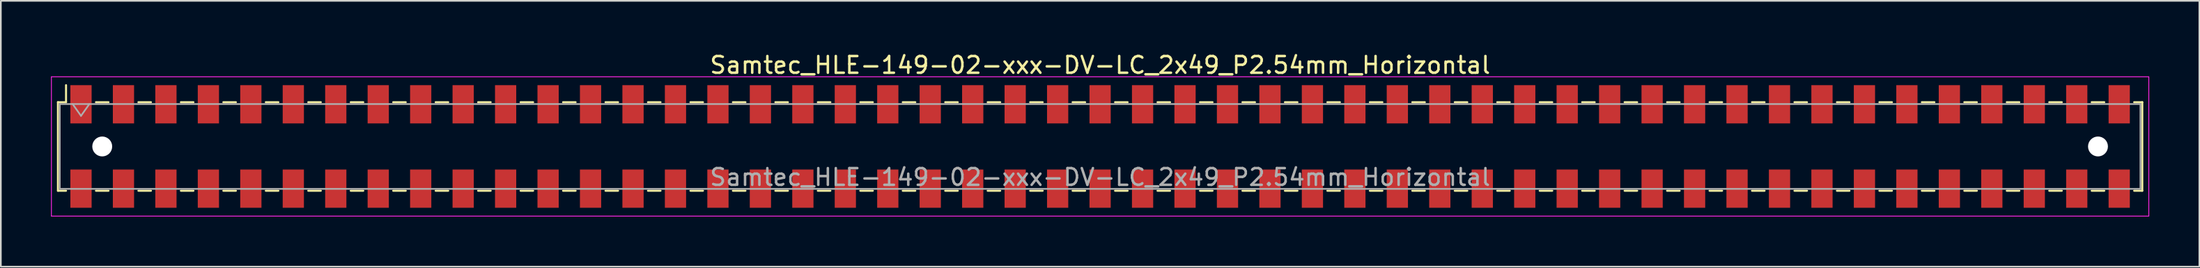
<source format=kicad_pcb>
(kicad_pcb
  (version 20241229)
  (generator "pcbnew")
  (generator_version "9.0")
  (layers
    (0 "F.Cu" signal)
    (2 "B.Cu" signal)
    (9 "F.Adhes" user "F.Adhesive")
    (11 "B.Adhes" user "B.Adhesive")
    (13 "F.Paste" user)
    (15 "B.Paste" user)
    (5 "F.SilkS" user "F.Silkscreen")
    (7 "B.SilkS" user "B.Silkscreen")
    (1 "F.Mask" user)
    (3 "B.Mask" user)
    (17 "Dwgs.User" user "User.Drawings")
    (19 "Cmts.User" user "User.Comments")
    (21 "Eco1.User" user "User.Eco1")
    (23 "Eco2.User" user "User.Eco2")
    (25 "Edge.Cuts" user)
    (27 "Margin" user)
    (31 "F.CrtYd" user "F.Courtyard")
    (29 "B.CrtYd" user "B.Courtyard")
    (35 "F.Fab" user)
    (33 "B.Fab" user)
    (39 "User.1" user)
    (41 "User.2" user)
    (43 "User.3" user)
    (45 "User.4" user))
  (footprint "Samtec_HLE-149-02-xxx-DV-LC_2x49_P2.54mm_Horizontal"
    (layer "F.Cu")
    (at 62.755 5.718)
    (property "Reference" "Samtec_HLE-149-02-xxx-DV-LC_2x49_P2.54mm_Horizontal" (at 0 -4.87 0) (layer "F.SilkS") (effects (font (size 1 1) (thickness 0.15))))
    (attr smd)
    (fp_line (start -62.34 -2.65) (end -62.34 2.65) (stroke (width 0.12) (type solid)) (layer "F.SilkS"))
    (fp_line (start -62.34 2.65) (end -61.855 2.65) (stroke (width 0.12) (type solid)) (layer "F.SilkS"))
    (fp_line (start -61.855 -3.67) (end -61.855 -2.65) (stroke (width 0.12) (type solid)) (layer "F.SilkS"))
    (fp_line (start -61.855 -2.65) (end -62.34 -2.65) (stroke (width 0.12) (type solid)) (layer "F.SilkS"))
    (fp_line (start -60.065 -2.65) (end -59.315 -2.65) (stroke (width 0.12) (type solid)) (layer "F.SilkS"))
    (fp_line (start -60.065 2.65) (end -59.315 2.65) (stroke (width 0.12) (type solid)) (layer "F.SilkS"))
    (fp_line (start -57.525 -2.65) (end -56.775 -2.65) (stroke (width 0.12) (type solid)) (layer "F.SilkS"))
    (fp_line (start -57.525 2.65) (end -56.775 2.65) (stroke (width 0.12) (type solid)) (layer "F.SilkS"))
    (fp_line (start -54.985 -2.65) (end -54.235 -2.65) (stroke (width 0.12) (type solid)) (layer "F.SilkS"))
    (fp_line (start -54.985 2.65) (end -54.235 2.65) (stroke (width 0.12) (type solid)) (layer "F.SilkS"))
    (fp_line (start -52.445 -2.65) (end -51.695 -2.65) (stroke (width 0.12) (type solid)) (layer "F.SilkS"))
    (fp_line (start -52.445 2.65) (end -51.695 2.65) (stroke (width 0.12) (type solid)) (layer "F.SilkS"))
    (fp_line (start -49.905 -2.65) (end -49.155 -2.65) (stroke (width 0.12) (type solid)) (layer "F.SilkS"))
    (fp_line (start -49.905 2.65) (end -49.155 2.65) (stroke (width 0.12) (type solid)) (layer "F.SilkS"))
    (fp_line (start -47.365 -2.65) (end -46.615 -2.65) (stroke (width 0.12) (type solid)) (layer "F.SilkS"))
    (fp_line (start -47.365 2.65) (end -46.615 2.65) (stroke (width 0.12) (type solid)) (layer "F.SilkS"))
    (fp_line (start -44.825 -2.65) (end -44.075 -2.65) (stroke (width 0.12) (type solid)) (layer "F.SilkS"))
    (fp_line (start -44.825 2.65) (end -44.075 2.65) (stroke (width 0.12) (type solid)) (layer "F.SilkS"))
    (fp_line (start -42.285 -2.65) (end -41.535 -2.65) (stroke (width 0.12) (type solid)) (layer "F.SilkS"))
    (fp_line (start -42.285 2.65) (end -41.535 2.65) (stroke (width 0.12) (type solid)) (layer "F.SilkS"))
    (fp_line (start -39.745 -2.65) (end -38.995 -2.65) (stroke (width 0.12) (type solid)) (layer "F.SilkS"))
    (fp_line (start -39.745 2.65) (end -38.995 2.65) (stroke (width 0.12) (type solid)) (layer "F.SilkS"))
    (fp_line (start -37.205 -2.65) (end -36.455 -2.65) (stroke (width 0.12) (type solid)) (layer "F.SilkS"))
    (fp_line (start -37.205 2.65) (end -36.455 2.65) (stroke (width 0.12) (type solid)) (layer "F.SilkS"))
    (fp_line (start -34.665 -2.65) (end -33.915 -2.65) (stroke (width 0.12) (type solid)) (layer "F.SilkS"))
    (fp_line (start -34.665 2.65) (end -33.915 2.65) (stroke (width 0.12) (type solid)) (layer "F.SilkS"))
    (fp_line (start -32.125 -2.65) (end -31.375 -2.65) (stroke (width 0.12) (type solid)) (layer "F.SilkS"))
    (fp_line (start -32.125 2.65) (end -31.375 2.65) (stroke (width 0.12) (type solid)) (layer "F.SilkS"))
    (fp_line (start -29.585 -2.65) (end -28.835 -2.65) (stroke (width 0.12) (type solid)) (layer "F.SilkS"))
    (fp_line (start -29.585 2.65) (end -28.835 2.65) (stroke (width 0.12) (type solid)) (layer "F.SilkS"))
    (fp_line (start -27.045 -2.65) (end -26.295 -2.65) (stroke (width 0.12) (type solid)) (layer "F.SilkS"))
    (fp_line (start -27.045 2.65) (end -26.295 2.65) (stroke (width 0.12) (type solid)) (layer "F.SilkS"))
    (fp_line (start -24.505 -2.65) (end -23.755 -2.65) (stroke (width 0.12) (type solid)) (layer "F.SilkS"))
    (fp_line (start -24.505 2.65) (end -23.755 2.65) (stroke (width 0.12) (type solid)) (layer "F.SilkS"))
    (fp_line (start -21.965 -2.65) (end -21.215 -2.65) (stroke (width 0.12) (type solid)) (layer "F.SilkS"))
    (fp_line (start -21.965 2.65) (end -21.215 2.65) (stroke (width 0.12) (type solid)) (layer "F.SilkS"))
    (fp_line (start -19.425 -2.65) (end -18.675 -2.65) (stroke (width 0.12) (type solid)) (layer "F.SilkS"))
    (fp_line (start -19.425 2.65) (end -18.675 2.65) (stroke (width 0.12) (type solid)) (layer "F.SilkS"))
    (fp_line (start -16.885 -2.65) (end -16.135 -2.65) (stroke (width 0.12) (type solid)) (layer "F.SilkS"))
    (fp_line (start -16.885 2.65) (end -16.135 2.65) (stroke (width 0.12) (type solid)) (layer "F.SilkS"))
    (fp_line (start -14.345 -2.65) (end -13.595 -2.65) (stroke (width 0.12) (type solid)) (layer "F.SilkS"))
    (fp_line (start -14.345 2.65) (end -13.595 2.65) (stroke (width 0.12) (type solid)) (layer "F.SilkS"))
    (fp_line (start -11.805 -2.65) (end -11.055 -2.65) (stroke (width 0.12) (type solid)) (layer "F.SilkS"))
    (fp_line (start -11.805 2.65) (end -11.055 2.65) (stroke (width 0.12) (type solid)) (layer "F.SilkS"))
    (fp_line (start -9.265 -2.65) (end -8.515 -2.65) (stroke (width 0.12) (type solid)) (layer "F.SilkS"))
    (fp_line (start -9.265 2.65) (end -8.515 2.65) (stroke (width 0.12) (type solid)) (layer "F.SilkS"))
    (fp_line (start -6.725 -2.65) (end -5.975 -2.65) (stroke (width 0.12) (type solid)) (layer "F.SilkS"))
    (fp_line (start -6.725 2.65) (end -5.975 2.65) (stroke (width 0.12) (type solid)) (layer "F.SilkS"))
    (fp_line (start -4.185 -2.65) (end -3.435 -2.65) (stroke (width 0.12) (type solid)) (layer "F.SilkS"))
    (fp_line (start -4.185 2.65) (end -3.435 2.65) (stroke (width 0.12) (type solid)) (layer "F.SilkS"))
    (fp_line (start -1.645 -2.65) (end -0.895 -2.65) (stroke (width 0.12) (type solid)) (layer "F.SilkS"))
    (fp_line (start -1.645 2.65) (end -0.895 2.65) (stroke (width 0.12) (type solid)) (layer "F.SilkS"))
    (fp_line (start 0.895 -2.65) (end 1.645 -2.65) (stroke (width 0.12) (type solid)) (layer "F.SilkS"))
    (fp_line (start 0.895 2.65) (end 1.645 2.65) (stroke (width 0.12) (type solid)) (layer "F.SilkS"))
    (fp_line (start 3.435 -2.65) (end 4.185 -2.65) (stroke (width 0.12) (type solid)) (layer "F.SilkS"))
    (fp_line (start 3.435 2.65) (end 4.185 2.65) (stroke (width 0.12) (type solid)) (layer "F.SilkS"))
    (fp_line (start 5.975 -2.65) (end 6.725 -2.65) (stroke (width 0.12) (type solid)) (layer "F.SilkS"))
    (fp_line (start 5.975 2.65) (end 6.725 2.65) (stroke (width 0.12) (type solid)) (layer "F.SilkS"))
    (fp_line (start 8.515 -2.65) (end 9.265 -2.65) (stroke (width 0.12) (type solid)) (layer "F.SilkS"))
    (fp_line (start 8.515 2.65) (end 9.265 2.65) (stroke (width 0.12) (type solid)) (layer "F.SilkS"))
    (fp_line (start 11.055 -2.65) (end 11.805 -2.65) (stroke (width 0.12) (type solid)) (layer "F.SilkS"))
    (fp_line (start 11.055 2.65) (end 11.805 2.65) (stroke (width 0.12) (type solid)) (layer "F.SilkS"))
    (fp_line (start 13.595 -2.65) (end 14.345 -2.65) (stroke (width 0.12) (type solid)) (layer "F.SilkS"))
    (fp_line (start 13.595 2.65) (end 14.345 2.65) (stroke (width 0.12) (type solid)) (layer "F.SilkS"))
    (fp_line (start 16.135 -2.65) (end 16.885 -2.65) (stroke (width 0.12) (type solid)) (layer "F.SilkS"))
    (fp_line (start 16.135 2.65) (end 16.885 2.65) (stroke (width 0.12) (type solid)) (layer "F.SilkS"))
    (fp_line (start 18.675 -2.65) (end 19.425 -2.65) (stroke (width 0.12) (type solid)) (layer "F.SilkS"))
    (fp_line (start 18.675 2.65) (end 19.425 2.65) (stroke (width 0.12) (type solid)) (layer "F.SilkS"))
    (fp_line (start 21.215 -2.65) (end 21.965 -2.65) (stroke (width 0.12) (type solid)) (layer "F.SilkS"))
    (fp_line (start 21.215 2.65) (end 21.965 2.65) (stroke (width 0.12) (type solid)) (layer "F.SilkS"))
    (fp_line (start 23.755 -2.65) (end 24.505 -2.65) (stroke (width 0.12) (type solid)) (layer "F.SilkS"))
    (fp_line (start 23.755 2.65) (end 24.505 2.65) (stroke (width 0.12) (type solid)) (layer "F.SilkS"))
    (fp_line (start 26.295 -2.65) (end 27.045 -2.65) (stroke (width 0.12) (type solid)) (layer "F.SilkS"))
    (fp_line (start 26.295 2.65) (end 27.045 2.65) (stroke (width 0.12) (type solid)) (layer "F.SilkS"))
    (fp_line (start 28.835 -2.65) (end 29.585 -2.65) (stroke (width 0.12) (type solid)) (layer "F.SilkS"))
    (fp_line (start 28.835 2.65) (end 29.585 2.65) (stroke (width 0.12) (type solid)) (layer "F.SilkS"))
    (fp_line (start 31.375 -2.65) (end 32.125 -2.65) (stroke (width 0.12) (type solid)) (layer "F.SilkS"))
    (fp_line (start 31.375 2.65) (end 32.125 2.65) (stroke (width 0.12) (type solid)) (layer "F.SilkS"))
    (fp_line (start 33.915 -2.65) (end 34.665 -2.65) (stroke (width 0.12) (type solid)) (layer "F.SilkS"))
    (fp_line (start 33.915 2.65) (end 34.665 2.65) (stroke (width 0.12) (type solid)) (layer "F.SilkS"))
    (fp_line (start 36.455 -2.65) (end 37.205 -2.65) (stroke (width 0.12) (type solid)) (layer "F.SilkS"))
    (fp_line (start 36.455 2.65) (end 37.205 2.65) (stroke (width 0.12) (type solid)) (layer "F.SilkS"))
    (fp_line (start 38.995 -2.65) (end 39.745 -2.65) (stroke (width 0.12) (type solid)) (layer "F.SilkS"))
    (fp_line (start 38.995 2.65) (end 39.745 2.65) (stroke (width 0.12) (type solid)) (layer "F.SilkS"))
    (fp_line (start 41.535 -2.65) (end 42.285 -2.65) (stroke (width 0.12) (type solid)) (layer "F.SilkS"))
    (fp_line (start 41.535 2.65) (end 42.285 2.65) (stroke (width 0.12) (type solid)) (layer "F.SilkS"))
    (fp_line (start 44.075 -2.65) (end 44.825 -2.65) (stroke (width 0.12) (type solid)) (layer "F.SilkS"))
    (fp_line (start 44.075 2.65) (end 44.825 2.65) (stroke (width 0.12) (type solid)) (layer "F.SilkS"))
    (fp_line (start 46.615 -2.65) (end 47.365 -2.65) (stroke (width 0.12) (type solid)) (layer "F.SilkS"))
    (fp_line (start 46.615 2.65) (end 47.365 2.65) (stroke (width 0.12) (type solid)) (layer "F.SilkS"))
    (fp_line (start 49.155 -2.65) (end 49.905 -2.65) (stroke (width 0.12) (type solid)) (layer "F.SilkS"))
    (fp_line (start 49.155 2.65) (end 49.905 2.65) (stroke (width 0.12) (type solid)) (layer "F.SilkS"))
    (fp_line (start 51.695 -2.65) (end 52.445 -2.65) (stroke (width 0.12) (type solid)) (layer "F.SilkS"))
    (fp_line (start 51.695 2.65) (end 52.445 2.65) (stroke (width 0.12) (type solid)) (layer "F.SilkS"))
    (fp_line (start 54.235 -2.65) (end 54.985 -2.65) (stroke (width 0.12) (type solid)) (layer "F.SilkS"))
    (fp_line (start 54.235 2.65) (end 54.985 2.65) (stroke (width 0.12) (type solid)) (layer "F.SilkS"))
    (fp_line (start 56.775 -2.65) (end 57.525 -2.65) (stroke (width 0.12) (type solid)) (layer "F.SilkS"))
    (fp_line (start 56.775 2.65) (end 57.525 2.65) (stroke (width 0.12) (type solid)) (layer "F.SilkS"))
    (fp_line (start 59.315 -2.65) (end 60.065 -2.65) (stroke (width 0.12) (type solid)) (layer "F.SilkS"))
    (fp_line (start 59.315 2.65) (end 60.065 2.65) (stroke (width 0.12) (type solid)) (layer "F.SilkS"))
    (fp_line (start 61.855 -2.65) (end 62.34 -2.65) (stroke (width 0.12) (type solid)) (layer "F.SilkS"))
    (fp_line (start 62.34 -2.65) (end 62.34 2.65) (stroke (width 0.12) (type solid)) (layer "F.SilkS"))
    (fp_line (start 62.34 2.65) (end 61.855 2.65) (stroke (width 0.12) (type solid)) (layer "F.SilkS"))
    (fp_line (start -62.73 -4.17) (end 62.73 -4.17) (stroke (width 0.05) (type solid)) (layer "F.CrtYd"))
    (fp_line (start -62.73 4.17) (end -62.73 -4.17) (stroke (width 0.05) (type solid)) (layer "F.CrtYd"))
    (fp_line (start 62.73 -4.17) (end 62.73 4.17) (stroke (width 0.05) (type solid)) (layer "F.CrtYd"))
    (fp_line (start 62.73 4.17) (end -62.73 4.17) (stroke (width 0.05) (type solid)) (layer "F.CrtYd"))
    (fp_line (start -62.23 -2.54) (end 62.23 -2.54) (stroke (width 0.1) (type solid)) (layer "F.Fab"))
    (fp_line (start -62.23 2.54) (end -62.23 -2.54) (stroke (width 0.1) (type solid)) (layer "F.Fab"))
    (fp_line (start -61.46 -2.54) (end -60.96 -1.833) (stroke (width 0.1) (type solid)) (layer "F.Fab"))
    (fp_line (start -60.96 -1.833) (end -60.46 -2.54) (stroke (width 0.1) (type solid)) (layer "F.Fab"))
    (fp_line (start 62.23 -2.54) (end 62.23 2.54) (stroke (width 0.1) (type solid)) (layer "F.Fab"))
    (fp_line (start 62.23 2.54) (end -62.23 2.54) (stroke (width 0.1) (type solid)) (layer "F.Fab"))
    (fp_text user "${REFERENCE}" (at 0 1.84 0) (layer "F.Fab") (effects (font (size 1 1) (thickness 0.15))))
    (pad "" np_thru_hole circle (at -59.69 0) (size 1.19 1.19) (drill 1.19) (layers "*.Cu" "*.Mask"))
    (pad "" np_thru_hole circle (at 59.69 0) (size 1.19 1.19) (drill 1.19) (layers "*.Cu" "*.Mask"))
    (pad "1" smd rect (at -60.96 -2.525) (size 1.27 2.29) (layers "F.Cu" "F.Mask" "F.Paste"))
    (pad "2" smd rect (at -60.96 2.525) (size 1.27 2.29) (layers "F.Cu" "F.Mask" "F.Paste"))
    (pad "3" smd rect (at -58.42 -2.525) (size 1.27 2.29) (layers "F.Cu" "F.Mask" "F.Paste"))
    (pad "4" smd rect (at -58.42 2.525) (size 1.27 2.29) (layers "F.Cu" "F.Mask" "F.Paste"))
    (pad "5" smd rect (at -55.88 -2.525) (size 1.27 2.29) (layers "F.Cu" "F.Mask" "F.Paste"))
    (pad "6" smd rect (at -55.88 2.525) (size 1.27 2.29) (layers "F.Cu" "F.Mask" "F.Paste"))
    (pad "7" smd rect (at -53.34 -2.525) (size 1.27 2.29) (layers "F.Cu" "F.Mask" "F.Paste"))
    (pad "8" smd rect (at -53.34 2.525) (size 1.27 2.29) (layers "F.Cu" "F.Mask" "F.Paste"))
    (pad "9" smd rect (at -50.8 -2.525) (size 1.27 2.29) (layers "F.Cu" "F.Mask" "F.Paste"))
    (pad "10" smd rect (at -50.8 2.525) (size 1.27 2.29) (layers "F.Cu" "F.Mask" "F.Paste"))
    (pad "11" smd rect (at -48.26 -2.525) (size 1.27 2.29) (layers "F.Cu" "F.Mask" "F.Paste"))
    (pad "12" smd rect (at -48.26 2.525) (size 1.27 2.29) (layers "F.Cu" "F.Mask" "F.Paste"))
    (pad "13" smd rect (at -45.72 -2.525) (size 1.27 2.29) (layers "F.Cu" "F.Mask" "F.Paste"))
    (pad "14" smd rect (at -45.72 2.525) (size 1.27 2.29) (layers "F.Cu" "F.Mask" "F.Paste"))
    (pad "15" smd rect (at -43.18 -2.525) (size 1.27 2.29) (layers "F.Cu" "F.Mask" "F.Paste"))
    (pad "16" smd rect (at -43.18 2.525) (size 1.27 2.29) (layers "F.Cu" "F.Mask" "F.Paste"))
    (pad "17" smd rect (at -40.64 -2.525) (size 1.27 2.29) (layers "F.Cu" "F.Mask" "F.Paste"))
    (pad "18" smd rect (at -40.64 2.525) (size 1.27 2.29) (layers "F.Cu" "F.Mask" "F.Paste"))
    (pad "19" smd rect (at -38.1 -2.525) (size 1.27 2.29) (layers "F.Cu" "F.Mask" "F.Paste"))
    (pad "20" smd rect (at -38.1 2.525) (size 1.27 2.29) (layers "F.Cu" "F.Mask" "F.Paste"))
    (pad "21" smd rect (at -35.56 -2.525) (size 1.27 2.29) (layers "F.Cu" "F.Mask" "F.Paste"))
    (pad "22" smd rect (at -35.56 2.525) (size 1.27 2.29) (layers "F.Cu" "F.Mask" "F.Paste"))
    (pad "23" smd rect (at -33.02 -2.525) (size 1.27 2.29) (layers "F.Cu" "F.Mask" "F.Paste"))
    (pad "24" smd rect (at -33.02 2.525) (size 1.27 2.29) (layers "F.Cu" "F.Mask" "F.Paste"))
    (pad "25" smd rect (at -30.48 -2.525) (size 1.27 2.29) (layers "F.Cu" "F.Mask" "F.Paste"))
    (pad "26" smd rect (at -30.48 2.525) (size 1.27 2.29) (layers "F.Cu" "F.Mask" "F.Paste"))
    (pad "27" smd rect (at -27.94 -2.525) (size 1.27 2.29) (layers "F.Cu" "F.Mask" "F.Paste"))
    (pad "28" smd rect (at -27.94 2.525) (size 1.27 2.29) (layers "F.Cu" "F.Mask" "F.Paste"))
    (pad "29" smd rect (at -25.4 -2.525) (size 1.27 2.29) (layers "F.Cu" "F.Mask" "F.Paste"))
    (pad "30" smd rect (at -25.4 2.525) (size 1.27 2.29) (layers "F.Cu" "F.Mask" "F.Paste"))
    (pad "31" smd rect (at -22.86 -2.525) (size 1.27 2.29) (layers "F.Cu" "F.Mask" "F.Paste"))
    (pad "32" smd rect (at -22.86 2.525) (size 1.27 2.29) (layers "F.Cu" "F.Mask" "F.Paste"))
    (pad "33" smd rect (at -20.32 -2.525) (size 1.27 2.29) (layers "F.Cu" "F.Mask" "F.Paste"))
    (pad "34" smd rect (at -20.32 2.525) (size 1.27 2.29) (layers "F.Cu" "F.Mask" "F.Paste"))
    (pad "35" smd rect (at -17.78 -2.525) (size 1.27 2.29) (layers "F.Cu" "F.Mask" "F.Paste"))
    (pad "36" smd rect (at -17.78 2.525) (size 1.27 2.29) (layers "F.Cu" "F.Mask" "F.Paste"))
    (pad "37" smd rect (at -15.24 -2.525) (size 1.27 2.29) (layers "F.Cu" "F.Mask" "F.Paste"))
    (pad "38" smd rect (at -15.24 2.525) (size 1.27 2.29) (layers "F.Cu" "F.Mask" "F.Paste"))
    (pad "39" smd rect (at -12.7 -2.525) (size 1.27 2.29) (layers "F.Cu" "F.Mask" "F.Paste"))
    (pad "40" smd rect (at -12.7 2.525) (size 1.27 2.29) (layers "F.Cu" "F.Mask" "F.Paste"))
    (pad "41" smd rect (at -10.16 -2.525) (size 1.27 2.29) (layers "F.Cu" "F.Mask" "F.Paste"))
    (pad "42" smd rect (at -10.16 2.525) (size 1.27 2.29) (layers "F.Cu" "F.Mask" "F.Paste"))
    (pad "43" smd rect (at -7.62 -2.525) (size 1.27 2.29) (layers "F.Cu" "F.Mask" "F.Paste"))
    (pad "44" smd rect (at -7.62 2.525) (size 1.27 2.29) (layers "F.Cu" "F.Mask" "F.Paste"))
    (pad "45" smd rect (at -5.08 -2.525) (size 1.27 2.29) (layers "F.Cu" "F.Mask" "F.Paste"))
    (pad "46" smd rect (at -5.08 2.525) (size 1.27 2.29) (layers "F.Cu" "F.Mask" "F.Paste"))
    (pad "47" smd rect (at -2.54 -2.525) (size 1.27 2.29) (layers "F.Cu" "F.Mask" "F.Paste"))
    (pad "48" smd rect (at -2.54 2.525) (size 1.27 2.29) (layers "F.Cu" "F.Mask" "F.Paste"))
    (pad "49" smd rect (at 0 -2.525) (size 1.27 2.29) (layers "F.Cu" "F.Mask" "F.Paste"))
    (pad "50" smd rect (at 0 2.525) (size 1.27 2.29) (layers "F.Cu" "F.Mask" "F.Paste"))
    (pad "51" smd rect (at 2.54 -2.525) (size 1.27 2.29) (layers "F.Cu" "F.Mask" "F.Paste"))
    (pad "52" smd rect (at 2.54 2.525) (size 1.27 2.29) (layers "F.Cu" "F.Mask" "F.Paste"))
    (pad "53" smd rect (at 5.08 -2.525) (size 1.27 2.29) (layers "F.Cu" "F.Mask" "F.Paste"))
    (pad "54" smd rect (at 5.08 2.525) (size 1.27 2.29) (layers "F.Cu" "F.Mask" "F.Paste"))
    (pad "55" smd rect (at 7.62 -2.525) (size 1.27 2.29) (layers "F.Cu" "F.Mask" "F.Paste"))
    (pad "56" smd rect (at 7.62 2.525) (size 1.27 2.29) (layers "F.Cu" "F.Mask" "F.Paste"))
    (pad "57" smd rect (at 10.16 -2.525) (size 1.27 2.29) (layers "F.Cu" "F.Mask" "F.Paste"))
    (pad "58" smd rect (at 10.16 2.525) (size 1.27 2.29) (layers "F.Cu" "F.Mask" "F.Paste"))
    (pad "59" smd rect (at 12.7 -2.525) (size 1.27 2.29) (layers "F.Cu" "F.Mask" "F.Paste"))
    (pad "60" smd rect (at 12.7 2.525) (size 1.27 2.29) (layers "F.Cu" "F.Mask" "F.Paste"))
    (pad "61" smd rect (at 15.24 -2.525) (size 1.27 2.29) (layers "F.Cu" "F.Mask" "F.Paste"))
    (pad "62" smd rect (at 15.24 2.525) (size 1.27 2.29) (layers "F.Cu" "F.Mask" "F.Paste"))
    (pad "63" smd rect (at 17.78 -2.525) (size 1.27 2.29) (layers "F.Cu" "F.Mask" "F.Paste"))
    (pad "64" smd rect (at 17.78 2.525) (size 1.27 2.29) (layers "F.Cu" "F.Mask" "F.Paste"))
    (pad "65" smd rect (at 20.32 -2.525) (size 1.27 2.29) (layers "F.Cu" "F.Mask" "F.Paste"))
    (pad "66" smd rect (at 20.32 2.525) (size 1.27 2.29) (layers "F.Cu" "F.Mask" "F.Paste"))
    (pad "67" smd rect (at 22.86 -2.525) (size 1.27 2.29) (layers "F.Cu" "F.Mask" "F.Paste"))
    (pad "68" smd rect (at 22.86 2.525) (size 1.27 2.29) (layers "F.Cu" "F.Mask" "F.Paste"))
    (pad "69" smd rect (at 25.4 -2.525) (size 1.27 2.29) (layers "F.Cu" "F.Mask" "F.Paste"))
    (pad "70" smd rect (at 25.4 2.525) (size 1.27 2.29) (layers "F.Cu" "F.Mask" "F.Paste"))
    (pad "71" smd rect (at 27.94 -2.525) (size 1.27 2.29) (layers "F.Cu" "F.Mask" "F.Paste"))
    (pad "72" smd rect (at 27.94 2.525) (size 1.27 2.29) (layers "F.Cu" "F.Mask" "F.Paste"))
    (pad "73" smd rect (at 30.48 -2.525) (size 1.27 2.29) (layers "F.Cu" "F.Mask" "F.Paste"))
    (pad "74" smd rect (at 30.48 2.525) (size 1.27 2.29) (layers "F.Cu" "F.Mask" "F.Paste"))
    (pad "75" smd rect (at 33.02 -2.525) (size 1.27 2.29) (layers "F.Cu" "F.Mask" "F.Paste"))
    (pad "76" smd rect (at 33.02 2.525) (size 1.27 2.29) (layers "F.Cu" "F.Mask" "F.Paste"))
    (pad "77" smd rect (at 35.56 -2.525) (size 1.27 2.29) (layers "F.Cu" "F.Mask" "F.Paste"))
    (pad "78" smd rect (at 35.56 2.525) (size 1.27 2.29) (layers "F.Cu" "F.Mask" "F.Paste"))
    (pad "79" smd rect (at 38.1 -2.525) (size 1.27 2.29) (layers "F.Cu" "F.Mask" "F.Paste"))
    (pad "80" smd rect (at 38.1 2.525) (size 1.27 2.29) (layers "F.Cu" "F.Mask" "F.Paste"))
    (pad "81" smd rect (at 40.64 -2.525) (size 1.27 2.29) (layers "F.Cu" "F.Mask" "F.Paste"))
    (pad "82" smd rect (at 40.64 2.525) (size 1.27 2.29) (layers "F.Cu" "F.Mask" "F.Paste"))
    (pad "83" smd rect (at 43.18 -2.525) (size 1.27 2.29) (layers "F.Cu" "F.Mask" "F.Paste"))
    (pad "84" smd rect (at 43.18 2.525) (size 1.27 2.29) (layers "F.Cu" "F.Mask" "F.Paste"))
    (pad "85" smd rect (at 45.72 -2.525) (size 1.27 2.29) (layers "F.Cu" "F.Mask" "F.Paste"))
    (pad "86" smd rect (at 45.72 2.525) (size 1.27 2.29) (layers "F.Cu" "F.Mask" "F.Paste"))
    (pad "87" smd rect (at 48.26 -2.525) (size 1.27 2.29) (layers "F.Cu" "F.Mask" "F.Paste"))
    (pad "88" smd rect (at 48.26 2.525) (size 1.27 2.29) (layers "F.Cu" "F.Mask" "F.Paste"))
    (pad "89" smd rect (at 50.8 -2.525) (size 1.27 2.29) (layers "F.Cu" "F.Mask" "F.Paste"))
    (pad "90" smd rect (at 50.8 2.525) (size 1.27 2.29) (layers "F.Cu" "F.Mask" "F.Paste"))
    (pad "91" smd rect (at 53.34 -2.525) (size 1.27 2.29) (layers "F.Cu" "F.Mask" "F.Paste"))
    (pad "92" smd rect (at 53.34 2.525) (size 1.27 2.29) (layers "F.Cu" "F.Mask" "F.Paste"))
    (pad "93" smd rect (at 55.88 -2.525) (size 1.27 2.29) (layers "F.Cu" "F.Mask" "F.Paste"))
    (pad "94" smd rect (at 55.88 2.525) (size 1.27 2.29) (layers "F.Cu" "F.Mask" "F.Paste"))
    (pad "95" smd rect (at 58.42 -2.525) (size 1.27 2.29) (layers "F.Cu" "F.Mask" "F.Paste"))
    (pad "96" smd rect (at 58.42 2.525) (size 1.27 2.29) (layers "F.Cu" "F.Mask" "F.Paste"))
    (pad "97" smd rect (at 60.96 -2.525) (size 1.27 2.29) (layers "F.Cu" "F.Mask" "F.Paste"))
    (pad "98" smd rect (at 60.96 2.525) (size 1.27 2.29) (layers "F.Cu" "F.Mask" "F.Paste")))
  (gr_rect
    (start -3 -3)
    (end 128.51 12.913)
    (stroke (width 0.1) (type default))
    (fill no)
    (layer "Edge.Cuts")))
</source>
